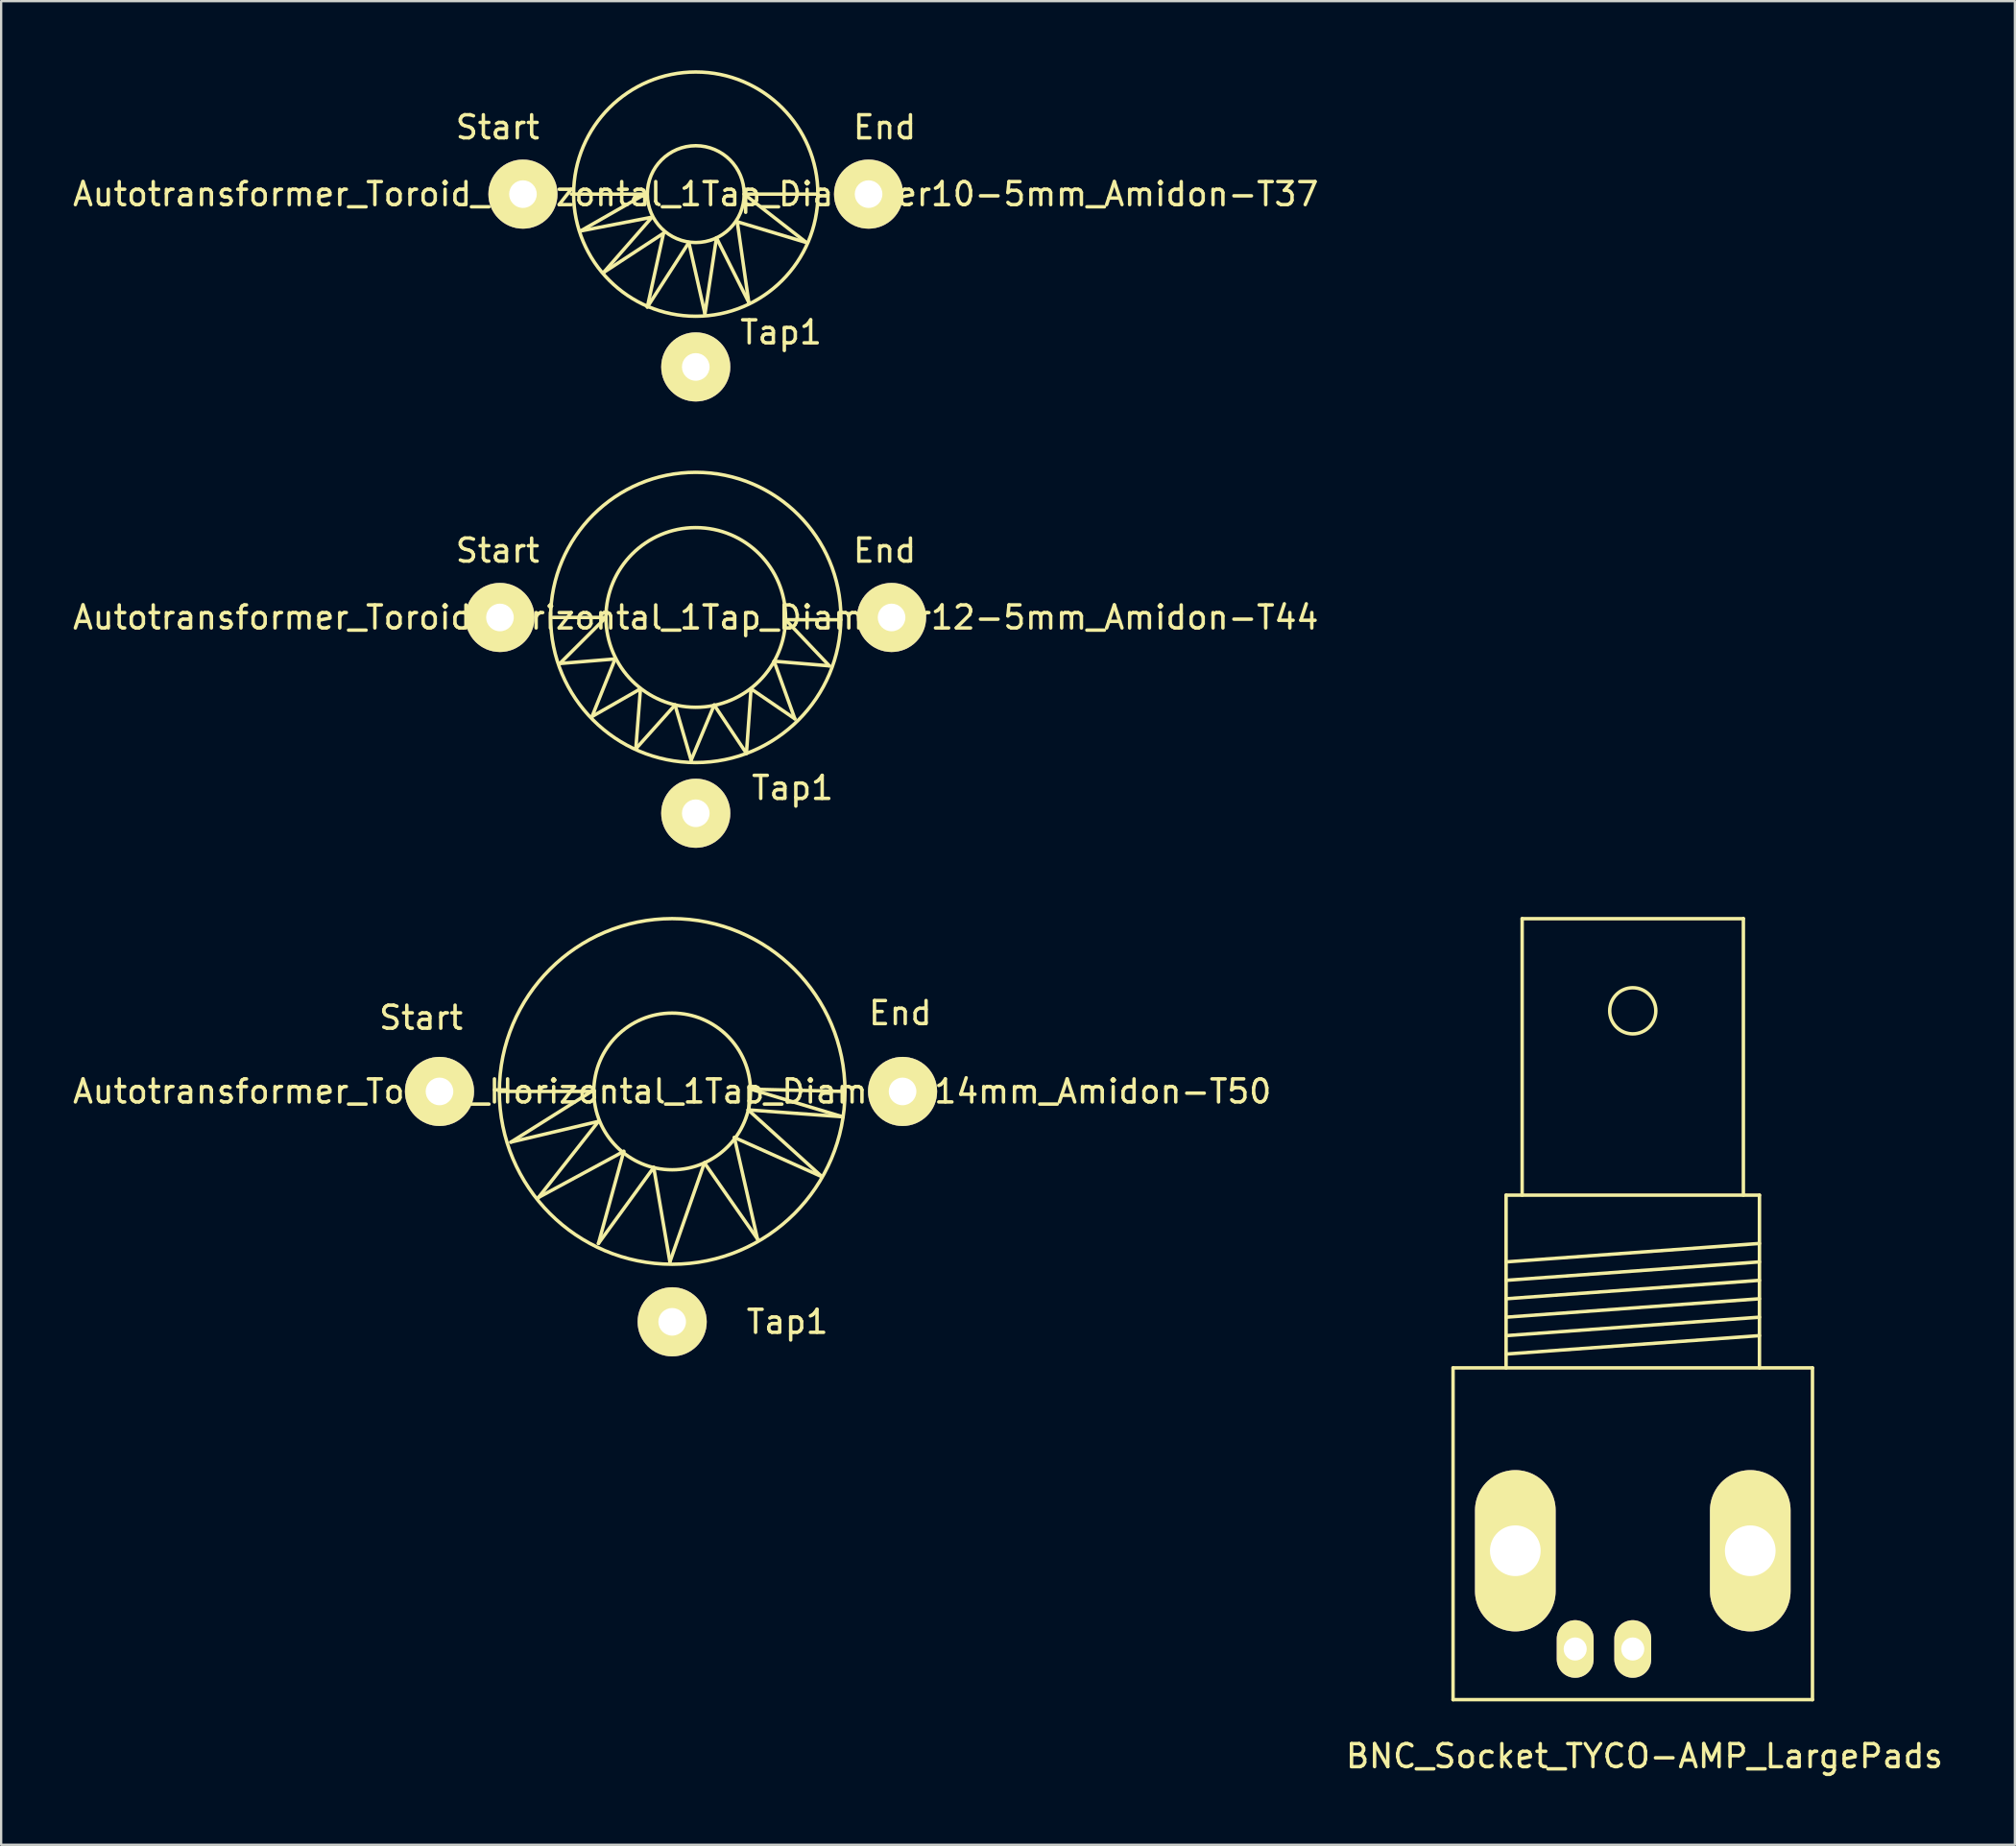
<source format=kicad_pcb>
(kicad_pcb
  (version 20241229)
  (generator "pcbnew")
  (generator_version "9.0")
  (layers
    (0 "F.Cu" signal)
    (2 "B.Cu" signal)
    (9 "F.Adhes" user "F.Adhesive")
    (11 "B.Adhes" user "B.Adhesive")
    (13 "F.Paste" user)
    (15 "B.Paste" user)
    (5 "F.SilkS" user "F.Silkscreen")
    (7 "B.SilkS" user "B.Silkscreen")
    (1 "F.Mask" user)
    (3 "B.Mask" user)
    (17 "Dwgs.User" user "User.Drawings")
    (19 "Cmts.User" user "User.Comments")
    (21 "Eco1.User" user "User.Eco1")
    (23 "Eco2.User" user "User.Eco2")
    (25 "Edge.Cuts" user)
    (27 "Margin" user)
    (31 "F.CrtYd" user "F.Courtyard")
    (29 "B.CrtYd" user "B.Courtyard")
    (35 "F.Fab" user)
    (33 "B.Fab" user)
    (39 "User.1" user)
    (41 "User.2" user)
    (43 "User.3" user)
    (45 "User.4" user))
  (footprint "Autotransformer_Toroid_horizontal_1Tap_Diameter10-5mm_Amidon-T37"
    (layer "F.Cu")
    (at 27.149 5.376)
    (property "Reference" "Autotransformer_Toroid_horizontal_1Tap_Diameter10-5mm_Amidon-T37" (at 0 0 0) (layer "F.SilkS") (effects (font (size 1 1) (thickness 0.15))))
    (attr through_hole)
    (fp_line (start -5.4 0) (end -2.2 0) (stroke (width 0.15) (type solid)) (layer "F.SilkS"))
    (fp_line (start -5.001 1.6) (end -1.9 1.001) (stroke (width 0.15) (type solid)) (layer "F.SilkS"))
    (fp_line (start -4 3.401) (end -1.4 1.699) (stroke (width 0.15) (type solid)) (layer "F.SilkS"))
    (fp_line (start -2.2 0) (end -5.001 1.6) (stroke (width 0.15) (type solid)) (layer "F.SilkS"))
    (fp_line (start -2.101 4.9) (end -0.3 2.101) (stroke (width 0.15) (type solid)) (layer "F.SilkS"))
    (fp_line (start -1.9 1.001) (end -4 3.401) (stroke (width 0.15) (type solid)) (layer "F.SilkS"))
    (fp_line (start -1.4 1.699) (end -2.101 4.9) (stroke (width 0.15) (type solid)) (layer "F.SilkS"))
    (fp_line (start -0.3 2.101) (end 0.399 5.199) (stroke (width 0.15) (type solid)) (layer "F.SilkS"))
    (fp_line (start 0.399 5.199) (end 0.899 1.9) (stroke (width 0.15) (type solid)) (layer "F.SilkS"))
    (fp_line (start 0.899 1.9) (end 2.301 4.699) (stroke (width 0.15) (type solid)) (layer "F.SilkS"))
    (fp_line (start 1.801 1.199) (end 4.801 2.101) (stroke (width 0.15) (type solid)) (layer "F.SilkS"))
    (fp_line (start 2.101 0) (end 5.301 0) (stroke (width 0.15) (type solid)) (layer "F.SilkS"))
    (fp_line (start 2.301 4.699) (end 1.801 1.199) (stroke (width 0.15) (type solid)) (layer "F.SilkS"))
    (fp_line (start 4.801 2.101) (end 2.101 0) (stroke (width 0.15) (type solid)) (layer "F.SilkS"))
    (fp_circle (center 0 0) (end 2.101 0) (stroke (width 0.15) (type solid)) (fill no) (layer "F.SilkS"))
    (fp_circle (center 0 0) (end 5.301 0) (stroke (width 0.15) (type solid)) (fill no) (layer "F.SilkS"))
    (fp_text user "Tap1" (at 3.701 5.999 0) (layer "F.SilkS") (effects (font (size 1 1) (thickness 0.15))))
    (fp_text user "Start" (at -8.6 -2.901 0) (layer "F.SilkS") (effects (font (size 1 1) (thickness 0.15))))
    (fp_text user "End" (at 8.199 -2.901 0) (layer "F.SilkS") (effects (font (size 1 1) (thickness 0.15))))
    (pad "1" thru_hole circle (at -7.501 0) (size 3 3) (drill 1.199) (layers "*.Cu" "*.Mask" "F.SilkS"))
    (pad "2" thru_hole circle (at 0 7.501) (size 3 3) (drill 1.199) (layers "*.Cu" "*.Mask" "F.SilkS"))
    (pad "3" thru_hole circle (at 7.501 0) (size 3 3) (drill 1.199) (layers "*.Cu" "*.Mask" "F.SilkS")))
  (footprint "BNC_Socket_TYCO-AMP_LargePads"
    (layer "F.Cu")
    (at 67.819 63.525)
    (property "Reference" "BNC_Socket_TYCO-AMP_LargePads" (at 0.508 9.652 0) (layer "F.SilkS") (effects (font (size 1 1) (thickness 0.15))))
    (attr through_hole)
    (fp_line (start -7.8 -7.201) (end -7.8 7.201) (stroke (width 0.15) (type solid)) (layer "F.SilkS"))
    (fp_line (start -7.8 7.201) (end 7.8 7.201) (stroke (width 0.15) (type solid)) (layer "F.SilkS"))
    (fp_line (start -5.499 -14.699) (end -5.499 -7.201) (stroke (width 0.15) (type solid)) (layer "F.SilkS"))
    (fp_line (start -5.499 -11.801) (end 5.499 -12.601) (stroke (width 0.15) (type solid)) (layer "F.SilkS"))
    (fp_line (start -5.499 -11.001) (end 5.499 -11.801) (stroke (width 0.15) (type solid)) (layer "F.SilkS"))
    (fp_line (start -5.499 -10.201) (end 5.499 -11.001) (stroke (width 0.15) (type solid)) (layer "F.SilkS"))
    (fp_line (start -5.499 -9.401) (end 5.499 -10.201) (stroke (width 0.15) (type solid)) (layer "F.SilkS"))
    (fp_line (start -5.499 -8.6) (end 5.499 -9.401) (stroke (width 0.15) (type solid)) (layer "F.SilkS"))
    (fp_line (start -5.499 -7.8) (end 5.499 -8.6) (stroke (width 0.15) (type solid)) (layer "F.SilkS"))
    (fp_line (start -4.801 -26.7) (end -4.801 -14.699) (stroke (width 0.15) (type solid)) (layer "F.SilkS"))
    (fp_line (start 4.801 -26.7) (end -4.801 -26.7) (stroke (width 0.15) (type solid)) (layer "F.SilkS"))
    (fp_line (start 4.801 -14.699) (end 4.801 -26.7) (stroke (width 0.15) (type solid)) (layer "F.SilkS"))
    (fp_line (start 5.499 -14.699) (end -5.499 -14.699) (stroke (width 0.15) (type solid)) (layer "F.SilkS"))
    (fp_line (start 5.499 -7.201) (end 5.499 -14.699) (stroke (width 0.15) (type solid)) (layer "F.SilkS"))
    (fp_line (start 7.8 -7.201) (end -7.8 -7.201) (stroke (width 0.15) (type solid)) (layer "F.SilkS"))
    (fp_line (start 7.8 7.201) (end 7.8 -7.201) (stroke (width 0.15) (type solid)) (layer "F.SilkS"))
    (fp_circle (center 0 -22.7) (end 1.001 -22.7) (stroke (width 0.15) (type solid)) (fill no) (layer "F.SilkS"))
    (pad "1" thru_hole oval (at 0 5.001) (size 1.6 2.499) (drill 1.001) (layers "*.Cu" "*.Mask" "F.SilkS"))
    (pad "2" thru_hole oval (at -5.098 0.737) (size 3.5 7) (drill 2.2) (layers "*.Cu" "*.Mask" "F.SilkS"))
    (pad "2" thru_hole oval (at -2.499 5.001) (size 1.6 2.499) (drill 1.001) (layers "*.Cu" "*.Mask" "F.SilkS"))
    (pad "2" thru_hole oval (at 5.1 0.737) (size 3.5 7) (drill 2.2) (layers "*.Cu" "*.Mask" "F.SilkS")))
  (footprint "Autotransformer_Toroid_horizontal_1Tap_Diameter12-5mm_Amidon-T44"
    (layer "F.Cu")
    (at 27.149 23.751)
    (property "Reference" "Autotransformer_Toroid_horizontal_1Tap_Diameter12-5mm_Amidon-T44" (at 0 0 0) (layer "F.SilkS") (effects (font (size 1 1) (thickness 0.15))))
    (attr through_hole)
    (fp_line (start -6.2 0) (end -3.899 0) (stroke (width 0.15) (type solid)) (layer "F.SilkS"))
    (fp_line (start -5.9 1.999) (end -3.5 1.801) (stroke (width 0.15) (type solid)) (layer "F.SilkS"))
    (fp_line (start -4.501 4.3) (end -2.4 3.099) (stroke (width 0.15) (type solid)) (layer "F.SilkS"))
    (fp_line (start -3.899 0) (end -5.9 1.999) (stroke (width 0.15) (type solid)) (layer "F.SilkS"))
    (fp_line (start -3.5 1.801) (end -4.501 4.3) (stroke (width 0.15) (type solid)) (layer "F.SilkS"))
    (fp_line (start -2.601 5.7) (end -0.899 3.8) (stroke (width 0.15) (type solid)) (layer "F.SilkS"))
    (fp_line (start -2.4 3.099) (end -2.601 5.7) (stroke (width 0.15) (type solid)) (layer "F.SilkS"))
    (fp_line (start -0.899 3.8) (end -0.201 6.2) (stroke (width 0.15) (type solid)) (layer "F.SilkS"))
    (fp_line (start -0.201 6.2) (end 0.8 3.8) (stroke (width 0.15) (type solid)) (layer "F.SilkS"))
    (fp_line (start 0.8 3.8) (end 2.2 5.9) (stroke (width 0.15) (type solid)) (layer "F.SilkS"))
    (fp_line (start 2.2 5.9) (end 2.4 3.099) (stroke (width 0.15) (type solid)) (layer "F.SilkS"))
    (fp_line (start 2.4 3.099) (end 4.3 4.399) (stroke (width 0.15) (type solid)) (layer "F.SilkS"))
    (fp_line (start 3.401 1.9) (end 5.799 2.101) (stroke (width 0.15) (type solid)) (layer "F.SilkS"))
    (fp_line (start 3.899 0.099) (end 6.299 0.099) (stroke (width 0.15) (type solid)) (layer "F.SilkS"))
    (fp_line (start 4.3 4.399) (end 3.401 1.9) (stroke (width 0.15) (type solid)) (layer "F.SilkS"))
    (fp_line (start 5.799 2.101) (end 3.899 0.099) (stroke (width 0.15) (type solid)) (layer "F.SilkS"))
    (fp_circle (center 0 0) (end 3.899 0) (stroke (width 0.15) (type solid)) (fill no) (layer "F.SilkS"))
    (fp_circle (center 0 0) (end 6.299 0) (stroke (width 0.15) (type solid)) (fill no) (layer "F.SilkS"))
    (fp_text user "End" (at 8.199 -2.901 0) (layer "F.SilkS") (effects (font (size 1 1) (thickness 0.15))))
    (fp_text user "Tap1" (at 4.201 7.399 0) (layer "F.SilkS") (effects (font (size 1 1) (thickness 0.15))))
    (fp_text user "Start" (at -8.6 -2.901 0) (layer "F.SilkS") (effects (font (size 1 1) (thickness 0.15))))
    (pad "1" thru_hole circle (at -8.499 0) (size 3 3) (drill 1.199) (layers "*.Cu" "*.Mask" "F.SilkS"))
    (pad "2" thru_hole circle (at 0 8.499) (size 3 3) (drill 1.199) (layers "*.Cu" "*.Mask" "F.SilkS"))
    (pad "3" thru_hole circle (at 8.499 0) (size 3 3) (drill 1.199) (layers "*.Cu" "*.Mask" "F.SilkS")))
  (footprint "Autotransformer_Toroid_Horizontal_1Tap_Diameter14mm_Amidon-T50"
    (layer "F.Cu")
    (at 26.125 44.325)
    (property "Reference" "Autotransformer_Toroid_Horizontal_1Tap_Diameter14mm_Amidon-T50" (at 0 0 0) (layer "F.SilkS") (effects (font (size 1 1) (thickness 0.15))))
    (attr through_hole)
    (fp_line (start -7.501 0) (end -3.5 0) (stroke (width 0.15) (type solid)) (layer "F.SilkS"))
    (fp_line (start -7 2.2) (end -3.2 1.3) (stroke (width 0.15) (type solid)) (layer "F.SilkS"))
    (fp_line (start -5.799 4.6) (end -2.101 2.601) (stroke (width 0.15) (type solid)) (layer "F.SilkS"))
    (fp_line (start -3.5 0) (end -7 2.2) (stroke (width 0.15) (type solid)) (layer "F.SilkS"))
    (fp_line (start -3.2 1.3) (end -5.799 4.6) (stroke (width 0.15) (type solid)) (layer "F.SilkS"))
    (fp_line (start -3.2 6.599) (end -0.8 3.299) (stroke (width 0.15) (type solid)) (layer "F.SilkS"))
    (fp_line (start -2.101 2.601) (end -3.2 6.599) (stroke (width 0.15) (type solid)) (layer "F.SilkS"))
    (fp_line (start -0.8 3.299) (end -0.099 7.399) (stroke (width 0.15) (type solid)) (layer "F.SilkS"))
    (fp_line (start -0.099 7.399) (end 1.4 3.099) (stroke (width 0.15) (type solid)) (layer "F.SilkS"))
    (fp_line (start 1.4 3.099) (end 3.701 6.401) (stroke (width 0.15) (type solid)) (layer "F.SilkS"))
    (fp_line (start 2.7 1.999) (end 6.5 3.701) (stroke (width 0.15) (type solid)) (layer "F.SilkS"))
    (fp_line (start 3.299 0.8) (end 7.399 1.1) (stroke (width 0.15) (type solid)) (layer "F.SilkS"))
    (fp_line (start 3.401 -0.099) (end 7.501 0) (stroke (width 0.15) (type solid)) (layer "F.SilkS"))
    (fp_line (start 3.701 6.401) (end 2.7 1.999) (stroke (width 0.15) (type solid)) (layer "F.SilkS"))
    (fp_line (start 6.5 3.701) (end 3.299 0.8) (stroke (width 0.15) (type solid)) (layer "F.SilkS"))
    (fp_line (start 7.399 1.1) (end 3.401 -0.099) (stroke (width 0.15) (type solid)) (layer "F.SilkS"))
    (fp_circle (center 0 0) (end 3.401 0) (stroke (width 0.15) (type solid)) (fill no) (layer "F.SilkS"))
    (fp_circle (center 0 0) (end 7.501 0) (stroke (width 0.15) (type solid)) (fill no) (layer "F.SilkS"))
    (fp_text user "Tap1" (at 5.001 10 0) (layer "F.SilkS") (effects (font (size 1 1) (thickness 0.15))))
    (fp_text user "End" (at 9.901 -3.401 0) (layer "F.SilkS") (effects (font (size 1 1) (thickness 0.15))))
    (fp_text user "Start" (at -10.899 -3.2 0) (layer "F.SilkS") (effects (font (size 1 1) (thickness 0.15))))
    (pad "1" thru_hole circle (at -10.099 0) (size 3 3) (drill 1.199) (layers "*.Cu" "*.Mask" "F.SilkS"))
    (pad "2" thru_hole circle (at 0 10) (size 3 3) (drill 1.199) (layers "*.Cu" "*.Mask" "F.SilkS"))
    (pad "3" thru_hole circle (at 10 0) (size 3 3) (drill 1.199) (layers "*.Cu" "*.Mask" "F.SilkS")))
  (gr_rect
    (start -3 -3)
    (end 84.405 77.025)
    (stroke (width 0.1) (type default))
    (fill no)
    (layer "Edge.Cuts")))
</source>
